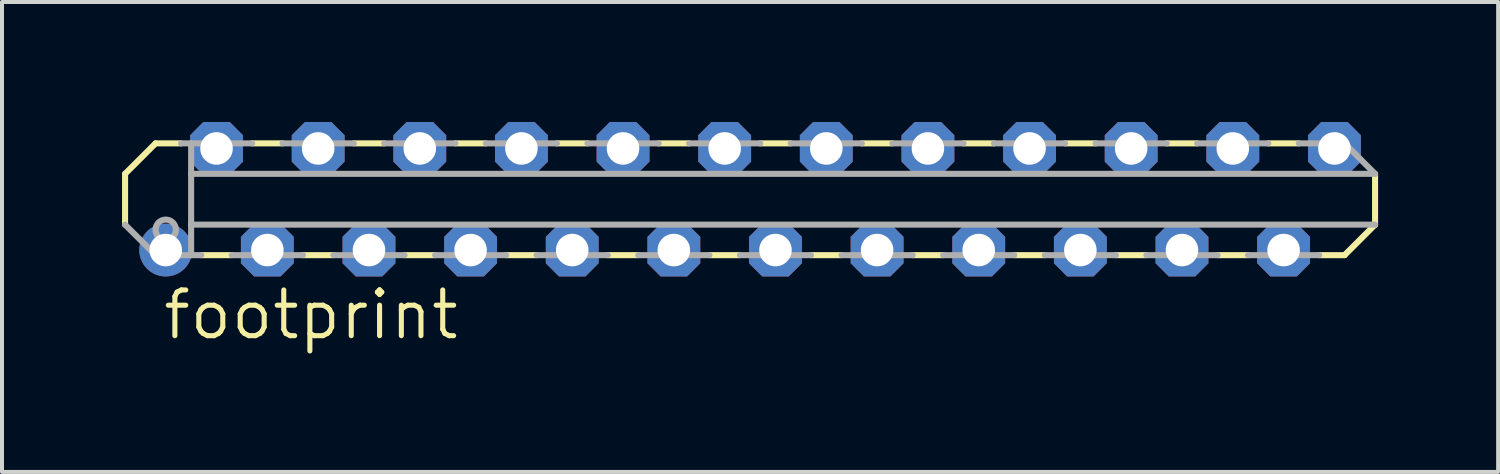
<source format=kicad_pcb>
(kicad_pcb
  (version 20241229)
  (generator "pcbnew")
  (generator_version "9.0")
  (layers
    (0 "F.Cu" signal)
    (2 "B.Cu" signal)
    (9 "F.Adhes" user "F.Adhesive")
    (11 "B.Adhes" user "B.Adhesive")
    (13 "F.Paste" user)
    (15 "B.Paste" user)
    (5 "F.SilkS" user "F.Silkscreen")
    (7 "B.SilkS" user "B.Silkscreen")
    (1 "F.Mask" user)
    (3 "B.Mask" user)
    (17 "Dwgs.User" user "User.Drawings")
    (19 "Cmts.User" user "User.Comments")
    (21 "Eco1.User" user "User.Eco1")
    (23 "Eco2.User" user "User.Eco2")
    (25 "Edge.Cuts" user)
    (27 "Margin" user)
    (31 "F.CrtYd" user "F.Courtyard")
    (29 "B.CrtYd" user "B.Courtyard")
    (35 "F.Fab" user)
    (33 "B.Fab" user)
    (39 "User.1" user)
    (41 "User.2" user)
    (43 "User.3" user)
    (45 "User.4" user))
  (footprint "footprint"
    (layer "F.Cu")
    (at 15.697 1.93)
    (property "Reference" "footprint" (at -14.732 3.556 0) (layer "F.SilkS") (effects (font (size 1.143 1.143) (thickness 0.127)) (justify left bottom)))
    (fp_line (start -15.621 -0.635) (end -15.621 0.635) (stroke (width 0.152) (type solid)) (layer "F.SilkS"))
    (fp_line (start -14.859 -1.397) (end -15.621 -0.635) (stroke (width 0.152) (type solid)) (layer "F.SilkS"))
    (fp_line (start -14.224 -1.397) (end -14.859 -1.397) (stroke (width 0.152) (type solid)) (layer "F.SilkS"))
    (fp_line (start -12.954 1.397) (end -13.716 1.397) (stroke (width 0.152) (type solid)) (layer "F.SilkS"))
    (fp_line (start -11.684 -1.397) (end -12.446 -1.397) (stroke (width 0.152) (type solid)) (layer "F.SilkS"))
    (fp_line (start -10.414 1.397) (end -11.176 1.397) (stroke (width 0.152) (type solid)) (layer "F.SilkS"))
    (fp_line (start -9.144 -1.397) (end -9.906 -1.397) (stroke (width 0.152) (type solid)) (layer "F.SilkS"))
    (fp_line (start -7.874 1.397) (end -8.636 1.397) (stroke (width 0.152) (type solid)) (layer "F.SilkS"))
    (fp_line (start -6.604 -1.397) (end -7.366 -1.397) (stroke (width 0.152) (type solid)) (layer "F.SilkS"))
    (fp_line (start -5.334 1.397) (end -6.096 1.397) (stroke (width 0.152) (type solid)) (layer "F.SilkS"))
    (fp_line (start -4.064 -1.397) (end -4.826 -1.397) (stroke (width 0.152) (type solid)) (layer "F.SilkS"))
    (fp_line (start -2.794 1.397) (end -3.556 1.397) (stroke (width 0.152) (type solid)) (layer "F.SilkS"))
    (fp_line (start -1.524 -1.397) (end -2.286 -1.397) (stroke (width 0.152) (type solid)) (layer "F.SilkS"))
    (fp_line (start -0.254 1.397) (end -1.016 1.397) (stroke (width 0.152) (type solid)) (layer "F.SilkS"))
    (fp_line (start 1.016 -1.397) (end 0.254 -1.397) (stroke (width 0.152) (type solid)) (layer "F.SilkS"))
    (fp_line (start 2.286 1.397) (end 1.524 1.397) (stroke (width 0.152) (type solid)) (layer "F.SilkS"))
    (fp_line (start 3.556 -1.397) (end 2.794 -1.397) (stroke (width 0.152) (type solid)) (layer "F.SilkS"))
    (fp_line (start 4.826 1.397) (end 4.064 1.397) (stroke (width 0.152) (type solid)) (layer "F.SilkS"))
    (fp_line (start 6.096 -1.397) (end 5.334 -1.397) (stroke (width 0.152) (type solid)) (layer "F.SilkS"))
    (fp_line (start 7.366 1.397) (end 6.604 1.397) (stroke (width 0.152) (type solid)) (layer "F.SilkS"))
    (fp_line (start 8.636 -1.397) (end 7.874 -1.397) (stroke (width 0.152) (type solid)) (layer "F.SilkS"))
    (fp_line (start 9.906 1.397) (end 9.144 1.397) (stroke (width 0.152) (type solid)) (layer "F.SilkS"))
    (fp_line (start 11.176 -1.397) (end 10.414 -1.397) (stroke (width 0.152) (type solid)) (layer "F.SilkS"))
    (fp_line (start 12.446 1.397) (end 11.684 1.397) (stroke (width 0.152) (type solid)) (layer "F.SilkS"))
    (fp_line (start 13.716 -1.397) (end 12.954 -1.397) (stroke (width 0.152) (type solid)) (layer "F.SilkS"))
    (fp_line (start 14.859 1.397) (end 14.224 1.397) (stroke (width 0.152) (type solid)) (layer "F.SilkS"))
    (fp_line (start 14.859 1.397) (end 15.621 0.635) (stroke (width 0.152) (type solid)) (layer "F.SilkS"))
    (fp_line (start 15.621 0.635) (end 15.621 -0.635) (stroke (width 0.152) (type solid)) (layer "F.SilkS"))
    (fp_line (start -15.621 0.635) (end -14.859 1.397) (stroke (width 0.152) (type solid)) (layer "F.Fab"))
    (fp_line (start -13.97 -1.397) (end -14.224 -1.397) (stroke (width 0.152) (type solid)) (layer "F.Fab"))
    (fp_line (start -13.97 -0.635) (end -13.97 -1.397) (stroke (width 0.152) (type solid)) (layer "F.Fab"))
    (fp_line (start -13.97 0.635) (end -13.97 -0.635) (stroke (width 0.152) (type solid)) (layer "F.Fab"))
    (fp_line (start -13.97 1.397) (end -14.859 1.397) (stroke (width 0.152) (type solid)) (layer "F.Fab"))
    (fp_line (start -13.97 1.397) (end -13.97 0.635) (stroke (width 0.152) (type solid)) (layer "F.Fab"))
    (fp_line (start -13.716 1.397) (end -13.97 1.397) (stroke (width 0.152) (type solid)) (layer "F.Fab"))
    (fp_line (start -12.446 -1.397) (end -13.97 -1.397) (stroke (width 0.152) (type solid)) (layer "F.Fab"))
    (fp_line (start -11.176 1.397) (end -12.954 1.397) (stroke (width 0.152) (type solid)) (layer "F.Fab"))
    (fp_line (start -9.906 -1.397) (end -11.684 -1.397) (stroke (width 0.152) (type solid)) (layer "F.Fab"))
    (fp_line (start -8.636 1.397) (end -10.414 1.397) (stroke (width 0.152) (type solid)) (layer "F.Fab"))
    (fp_line (start -7.366 -1.397) (end -9.144 -1.397) (stroke (width 0.152) (type solid)) (layer "F.Fab"))
    (fp_line (start -6.096 1.397) (end -7.874 1.397) (stroke (width 0.152) (type solid)) (layer "F.Fab"))
    (fp_line (start -4.826 -1.397) (end -6.604 -1.397) (stroke (width 0.152) (type solid)) (layer "F.Fab"))
    (fp_line (start -3.556 1.397) (end -5.334 1.397) (stroke (width 0.152) (type solid)) (layer "F.Fab"))
    (fp_line (start -2.286 -1.397) (end -4.064 -1.397) (stroke (width 0.152) (type solid)) (layer "F.Fab"))
    (fp_line (start -1.016 1.397) (end -2.794 1.397) (stroke (width 0.152) (type solid)) (layer "F.Fab"))
    (fp_line (start 0.254 -1.397) (end -1.524 -1.397) (stroke (width 0.152) (type solid)) (layer "F.Fab"))
    (fp_line (start 1.524 1.397) (end -0.254 1.397) (stroke (width 0.152) (type solid)) (layer "F.Fab"))
    (fp_line (start 2.794 -1.397) (end 1.016 -1.397) (stroke (width 0.152) (type solid)) (layer "F.Fab"))
    (fp_line (start 4.064 1.397) (end 2.286 1.397) (stroke (width 0.152) (type solid)) (layer "F.Fab"))
    (fp_line (start 5.334 -1.397) (end 3.556 -1.397) (stroke (width 0.152) (type solid)) (layer "F.Fab"))
    (fp_line (start 6.604 1.397) (end 4.826 1.397) (stroke (width 0.152) (type solid)) (layer "F.Fab"))
    (fp_line (start 7.874 -1.397) (end 6.096 -1.397) (stroke (width 0.152) (type solid)) (layer "F.Fab"))
    (fp_line (start 9.144 1.397) (end 7.366 1.397) (stroke (width 0.152) (type solid)) (layer "F.Fab"))
    (fp_line (start 10.414 -1.397) (end 8.636 -1.397) (stroke (width 0.152) (type solid)) (layer "F.Fab"))
    (fp_line (start 11.684 1.397) (end 9.906 1.397) (stroke (width 0.152) (type solid)) (layer "F.Fab"))
    (fp_line (start 12.954 -1.397) (end 11.176 -1.397) (stroke (width 0.152) (type solid)) (layer "F.Fab"))
    (fp_line (start 14.224 1.397) (end 12.446 1.397) (stroke (width 0.152) (type solid)) (layer "F.Fab"))
    (fp_line (start 14.859 -1.397) (end 13.716 -1.397) (stroke (width 0.152) (type solid)) (layer "F.Fab"))
    (fp_line (start 15.621 -0.635) (end -13.97 -0.635) (stroke (width 0.152) (type solid)) (layer "F.Fab"))
    (fp_line (start 15.621 -0.635) (end 14.859 -1.397) (stroke (width 0.152) (type solid)) (layer "F.Fab"))
    (fp_line (start 15.621 0.635) (end -13.97 0.635) (stroke (width 0.152) (type solid)) (layer "F.Fab"))
    (fp_circle (center -14.605 0.762) (end -14.351 0.762) (stroke (width 0.152) (type solid)) (fill no) (layer "F.Fab"))
    (pad "1" thru_hole circle (at -14.605 1.27) (size 1.321 1.321) (drill 0.813) (layers "*.Cu" "*.Mask"))
    (pad "2" thru_hole roundrect (at -13.335 -1.27) (size 1.321 1.321) (drill 0.813) (layers "*.Cu" "*.Mask") (roundrect_rratio 0.25) (chamfer_ratio 0.25) (chamfer top_left top_right bottom_left bottom_right))
    (pad "3" thru_hole roundrect (at -12.065 1.27) (size 1.321 1.321) (drill 0.813) (layers "*.Cu" "*.Mask") (roundrect_rratio 0.25) (chamfer_ratio 0.25) (chamfer top_left top_right bottom_left bottom_right))
    (pad "4" thru_hole roundrect (at -10.795 -1.27) (size 1.321 1.321) (drill 0.813) (layers "*.Cu" "*.Mask") (roundrect_rratio 0.25) (chamfer_ratio 0.25) (chamfer top_left top_right bottom_left bottom_right))
    (pad "5" thru_hole roundrect (at -9.525 1.27) (size 1.321 1.321) (drill 0.813) (layers "*.Cu" "*.Mask") (roundrect_rratio 0.25) (chamfer_ratio 0.25) (chamfer top_left top_right bottom_left bottom_right))
    (pad "6" thru_hole roundrect (at -8.255 -1.27) (size 1.321 1.321) (drill 0.813) (layers "*.Cu" "*.Mask") (roundrect_rratio 0.25) (chamfer_ratio 0.25) (chamfer top_left top_right bottom_left bottom_right))
    (pad "7" thru_hole roundrect (at -6.985 1.27) (size 1.321 1.321) (drill 0.813) (layers "*.Cu" "*.Mask") (roundrect_rratio 0.25) (chamfer_ratio 0.25) (chamfer top_left top_right bottom_left bottom_right))
    (pad "8" thru_hole roundrect (at -5.715 -1.27) (size 1.321 1.321) (drill 0.813) (layers "*.Cu" "*.Mask") (roundrect_rratio 0.25) (chamfer_ratio 0.25) (chamfer top_left top_right bottom_left bottom_right))
    (pad "9" thru_hole roundrect (at -4.445 1.27) (size 1.321 1.321) (drill 0.813) (layers "*.Cu" "*.Mask") (roundrect_rratio 0.25) (chamfer_ratio 0.25) (chamfer top_left top_right bottom_left bottom_right))
    (pad "10" thru_hole roundrect (at -3.175 -1.27) (size 1.321 1.321) (drill 0.813) (layers "*.Cu" "*.Mask") (roundrect_rratio 0.25) (chamfer_ratio 0.25) (chamfer top_left top_right bottom_left bottom_right))
    (pad "11" thru_hole roundrect (at -1.905 1.27) (size 1.321 1.321) (drill 0.813) (layers "*.Cu" "*.Mask") (roundrect_rratio 0.25) (chamfer_ratio 0.25) (chamfer top_left top_right bottom_left bottom_right))
    (pad "12" thru_hole roundrect (at -0.635 -1.27) (size 1.321 1.321) (drill 0.813) (layers "*.Cu" "*.Mask") (roundrect_rratio 0.25) (chamfer_ratio 0.25) (chamfer top_left top_right bottom_left bottom_right))
    (pad "13" thru_hole roundrect (at 0.635 1.27) (size 1.321 1.321) (drill 0.813) (layers "*.Cu" "*.Mask") (roundrect_rratio 0.25) (chamfer_ratio 0.25) (chamfer top_left top_right bottom_left bottom_right))
    (pad "14" thru_hole roundrect (at 1.905 -1.27) (size 1.321 1.321) (drill 0.813) (layers "*.Cu" "*.Mask") (roundrect_rratio 0.25) (chamfer_ratio 0.25) (chamfer top_left top_right bottom_left bottom_right))
    (pad "15" thru_hole roundrect (at 3.175 1.27) (size 1.321 1.321) (drill 0.813) (layers "*.Cu" "*.Mask") (roundrect_rratio 0.25) (chamfer_ratio 0.25) (chamfer top_left top_right bottom_left bottom_right))
    (pad "16" thru_hole roundrect (at 4.445 -1.27) (size 1.321 1.321) (drill 0.813) (layers "*.Cu" "*.Mask") (roundrect_rratio 0.25) (chamfer_ratio 0.25) (chamfer top_left top_right bottom_left bottom_right))
    (pad "17" thru_hole roundrect (at 5.715 1.27) (size 1.321 1.321) (drill 0.813) (layers "*.Cu" "*.Mask") (roundrect_rratio 0.25) (chamfer_ratio 0.25) (chamfer top_left top_right bottom_left bottom_right))
    (pad "18" thru_hole roundrect (at 6.985 -1.27) (size 1.321 1.321) (drill 0.813) (layers "*.Cu" "*.Mask") (roundrect_rratio 0.25) (chamfer_ratio 0.25) (chamfer top_left top_right bottom_left bottom_right))
    (pad "19" thru_hole roundrect (at 8.255 1.27) (size 1.321 1.321) (drill 0.813) (layers "*.Cu" "*.Mask") (roundrect_rratio 0.25) (chamfer_ratio 0.25) (chamfer top_left top_right bottom_left bottom_right))
    (pad "20" thru_hole roundrect (at 9.525 -1.27) (size 1.321 1.321) (drill 0.813) (layers "*.Cu" "*.Mask") (roundrect_rratio 0.25) (chamfer_ratio 0.25) (chamfer top_left top_right bottom_left bottom_right))
    (pad "21" thru_hole roundrect (at 10.795 1.27) (size 1.321 1.321) (drill 0.813) (layers "*.Cu" "*.Mask") (roundrect_rratio 0.25) (chamfer_ratio 0.25) (chamfer top_left top_right bottom_left bottom_right))
    (pad "22" thru_hole roundrect (at 12.065 -1.27) (size 1.321 1.321) (drill 0.813) (layers "*.Cu" "*.Mask") (roundrect_rratio 0.25) (chamfer_ratio 0.25) (chamfer top_left top_right bottom_left bottom_right))
    (pad "23" thru_hole roundrect (at 13.335 1.27) (size 1.321 1.321) (drill 0.813) (layers "*.Cu" "*.Mask") (roundrect_rratio 0.25) (chamfer_ratio 0.25) (chamfer top_left top_right bottom_left bottom_right))
    (pad "24" thru_hole roundrect (at 14.605 -1.27) (size 1.321 1.321) (drill 0.813) (layers "*.Cu" "*.Mask") (roundrect_rratio 0.25) (chamfer_ratio 0.25) (chamfer top_left top_right bottom_left bottom_right)))
  (gr_rect
    (start -3 -3)
    (end 34.394 8.745)
    (stroke (width 0.1) (type default))
    (fill no)
    (layer "Edge.Cuts")))
</source>
